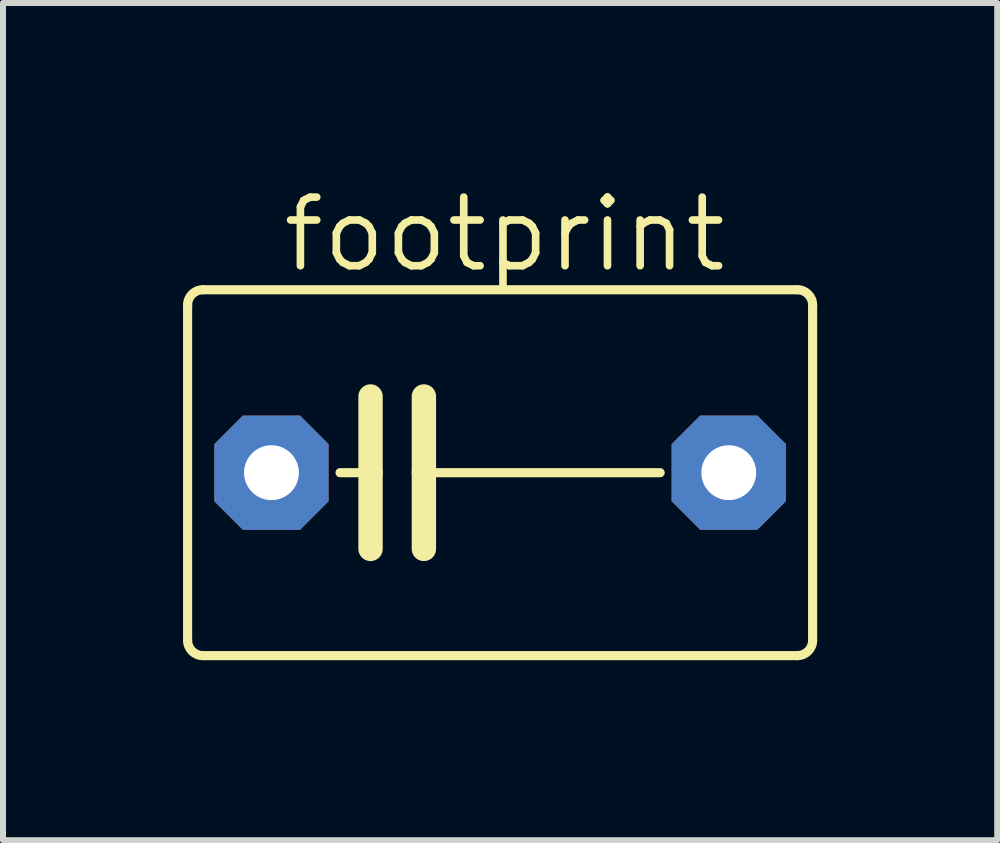
<source format=kicad_pcb>
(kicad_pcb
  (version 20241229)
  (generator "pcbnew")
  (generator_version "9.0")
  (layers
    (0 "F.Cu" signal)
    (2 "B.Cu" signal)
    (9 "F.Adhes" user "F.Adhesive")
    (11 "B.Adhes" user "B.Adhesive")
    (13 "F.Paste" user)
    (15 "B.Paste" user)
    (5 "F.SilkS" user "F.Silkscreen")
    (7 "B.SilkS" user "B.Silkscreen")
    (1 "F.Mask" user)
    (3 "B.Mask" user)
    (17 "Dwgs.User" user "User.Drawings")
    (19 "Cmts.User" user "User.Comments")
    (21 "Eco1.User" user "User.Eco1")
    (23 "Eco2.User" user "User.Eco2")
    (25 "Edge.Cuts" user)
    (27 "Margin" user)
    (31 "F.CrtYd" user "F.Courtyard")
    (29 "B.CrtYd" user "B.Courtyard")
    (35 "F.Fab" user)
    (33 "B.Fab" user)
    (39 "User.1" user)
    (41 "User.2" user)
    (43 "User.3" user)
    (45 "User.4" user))
  (footprint "footprint"
    (layer "F.Cu")
    (at 5.283 4.826)
    (property "Reference" "footprint" (at -3.683 -3.302 0) (layer "F.SilkS") (effects (font (size 1.143 1.143) (thickness 0.127)) (justify left bottom)))
    (fp_line (start -5.207 -2.794) (end -5.207 2.794) (stroke (width 0.152) (type solid)) (layer "F.SilkS"))
    (fp_line (start -4.953 3.048) (end 4.953 3.048) (stroke (width 0.152) (type solid)) (layer "F.SilkS"))
    (fp_line (start -2.667 0) (end -2.159 0) (stroke (width 0.152) (type solid)) (layer "F.SilkS"))
    (fp_line (start -2.159 -1.27) (end -2.159 0) (stroke (width 0.406) (type solid)) (layer "F.SilkS"))
    (fp_line (start -2.159 0) (end -2.159 1.27) (stroke (width 0.406) (type solid)) (layer "F.SilkS"))
    (fp_line (start -1.27 -1.27) (end -1.27 0) (stroke (width 0.406) (type solid)) (layer "F.SilkS"))
    (fp_line (start -1.27 0) (end -1.27 1.27) (stroke (width 0.406) (type solid)) (layer "F.SilkS"))
    (fp_line (start -1.27 0) (end 2.667 0) (stroke (width 0.152) (type solid)) (layer "F.SilkS"))
    (fp_line (start 4.953 -3.048) (end -4.953 -3.048) (stroke (width 0.152) (type solid)) (layer "F.SilkS"))
    (fp_line (start 5.207 2.794) (end 5.207 -2.794) (stroke (width 0.152) (type solid)) (layer "F.SilkS"))
    (fp_arc (start -5.207 -2.794) (mid -5.132605 -2.973605) (end -4.953 -3.048) (stroke (width 0.1524) (type solid)) (layer "F.SilkS"))
    (fp_arc (start -4.953 3.048) (mid -5.132605 2.973605) (end -5.207 2.794) (stroke (width 0.1524) (type solid)) (layer "F.SilkS"))
    (fp_arc (start 4.953 -3.048) (mid 5.132605 -2.973605) (end 5.207 -2.794) (stroke (width 0.1524) (type solid)) (layer "F.SilkS"))
    (fp_arc (start 5.207 2.794) (mid 5.132605 2.973605) (end 4.953 3.048) (stroke (width 0.1524) (type solid)) (layer "F.SilkS"))
    (pad "1" thru_hole roundrect (at -3.81 0) (size 1.905 1.905) (drill 0.914) (layers "*.Cu" "*.Mask") (roundrect_rratio 0.25) (chamfer_ratio 0.25) (chamfer top_left top_right bottom_left bottom_right))
    (pad "2" thru_hole roundrect (at 3.81 0) (size 1.905 1.905) (drill 0.914) (layers "*.Cu" "*.Mask") (roundrect_rratio 0.25) (chamfer_ratio 0.25) (chamfer top_left top_right bottom_left bottom_right)))
  (gr_rect
    (start -3 -3)
    (end 13.566 10.95)
    (stroke (width 0.1) (type default))
    (fill no)
    (layer "Edge.Cuts")))
</source>
